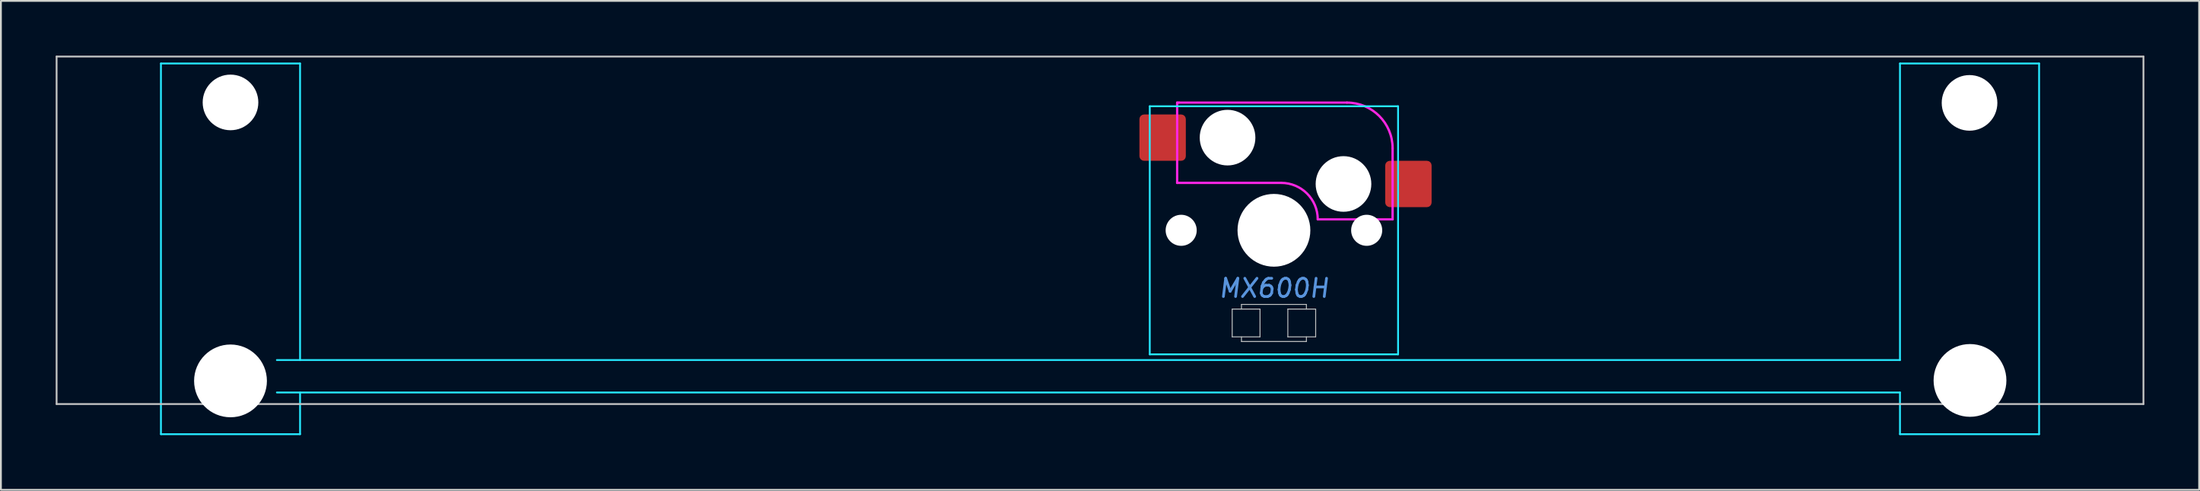
<source format=kicad_pcb>
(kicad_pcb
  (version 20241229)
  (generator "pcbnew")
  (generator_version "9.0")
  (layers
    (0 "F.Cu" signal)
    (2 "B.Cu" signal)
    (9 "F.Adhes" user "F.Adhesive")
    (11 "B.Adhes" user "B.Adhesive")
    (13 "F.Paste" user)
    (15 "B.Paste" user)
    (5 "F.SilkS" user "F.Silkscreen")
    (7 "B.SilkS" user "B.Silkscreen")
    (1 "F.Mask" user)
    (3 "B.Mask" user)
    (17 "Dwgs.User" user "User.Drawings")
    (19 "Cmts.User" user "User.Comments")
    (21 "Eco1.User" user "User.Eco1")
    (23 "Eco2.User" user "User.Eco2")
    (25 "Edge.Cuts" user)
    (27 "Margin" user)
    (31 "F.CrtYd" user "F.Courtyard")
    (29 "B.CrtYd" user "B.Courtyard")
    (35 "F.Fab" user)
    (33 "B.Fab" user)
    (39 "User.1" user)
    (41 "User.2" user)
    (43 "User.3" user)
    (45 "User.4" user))
  (footprint "MX600H"
    (layer "F.Cu")
    (at 66.725 9.575)
    (property "Reference" "MX600H" (at 0 3.175 0) (layer "Cmts.User") (effects (font (size 1 1) (thickness 0.15) (italic yes))))
    (attr smd)
    (fp_line (start -66.675 -9.525) (end -66.675 9.525) (stroke (width 0.1) (type solid)) (layer "Dwgs.User"))
    (fp_line (start -66.675 -9.525) (end 47.625 -9.525) (stroke (width 0.1) (type solid)) (layer "Dwgs.User"))
    (fp_line (start -66.675 9.525) (end 47.625 9.525) (stroke (width 0.1) (type solid)) (layer "Dwgs.User"))
    (fp_line (start -2.286 4.318) (end -0.762 4.318) (stroke (width 0.051) (type solid)) (layer "Dwgs.User"))
    (fp_line (start -2.286 5.842) (end -2.286 4.318) (stroke (width 0.051) (type solid)) (layer "Dwgs.User"))
    (fp_line (start -1.778 4.064) (end 1.778 4.064) (stroke (width 0.051) (type solid)) (layer "Dwgs.User"))
    (fp_line (start -1.778 4.318) (end -1.778 4.064) (stroke (width 0.051) (type solid)) (layer "Dwgs.User"))
    (fp_line (start -1.778 6.096) (end -1.778 5.842) (stroke (width 0.051) (type solid)) (layer "Dwgs.User"))
    (fp_line (start -0.762 4.318) (end -0.762 5.842) (stroke (width 0.051) (type solid)) (layer "Dwgs.User"))
    (fp_line (start -0.762 5.842) (end -2.286 5.842) (stroke (width 0.051) (type solid)) (layer "Dwgs.User"))
    (fp_line (start 0.762 4.318) (end 2.286 4.318) (stroke (width 0.051) (type solid)) (layer "Dwgs.User"))
    (fp_line (start 0.762 5.842) (end 0.762 4.318) (stroke (width 0.051) (type solid)) (layer "Dwgs.User"))
    (fp_line (start 1.778 4.064) (end 1.778 4.318) (stroke (width 0.051) (type solid)) (layer "Dwgs.User"))
    (fp_line (start 1.778 5.842) (end 1.778 6.096) (stroke (width 0.051) (type solid)) (layer "Dwgs.User"))
    (fp_line (start 1.778 6.096) (end -1.778 6.096) (stroke (width 0.051) (type solid)) (layer "Dwgs.User"))
    (fp_line (start 2.286 4.318) (end 2.286 5.842) (stroke (width 0.051) (type solid)) (layer "Dwgs.User"))
    (fp_line (start 2.286 5.842) (end 0.762 5.842) (stroke (width 0.051) (type solid)) (layer "Dwgs.User"))
    (fp_line (start 47.625 -9.525) (end 47.625 9.525) (stroke (width 0.1) (type solid)) (layer "Dwgs.User"))
    (fp_line (start -60.65 -5.485) (end -60.65 8.515) (stroke (width 0.1) (type solid)) (layer "Eco1.User"))
    (fp_line (start -60.15 -5.985) (end -54.15 -5.985) (stroke (width 0.1) (type solid)) (layer "Eco1.User"))
    (fp_line (start -54.15 9.015) (end -60.15 9.015) (stroke (width 0.1) (type solid)) (layer "Eco1.User"))
    (fp_line (start -53.65 8.515) (end -53.65 -5.485) (stroke (width 0.1) (type solid)) (layer "Eco1.User"))
    (fp_line (start -7 -6.5) (end -7 6.5) (stroke (width 0.1) (type solid)) (layer "Eco1.User"))
    (fp_line (start -6.5 7) (end 6.5 7) (stroke (width 0.1) (type solid)) (layer "Eco1.User"))
    (fp_line (start 6.5 -7) (end -6.5 -7) (stroke (width 0.1) (type solid)) (layer "Eco1.User"))
    (fp_line (start 7 6.5) (end 7 -6.5) (stroke (width 0.1) (type solid)) (layer "Eco1.User"))
    (fp_line (start 34.6 -5.485) (end 34.6 8.515) (stroke (width 0.1) (type solid)) (layer "Eco1.User"))
    (fp_line (start 35.1 -5.985) (end 41.1 -5.985) (stroke (width 0.1) (type solid)) (layer "Eco1.User"))
    (fp_line (start 41.1 9.015) (end 35.1 9.015) (stroke (width 0.1) (type solid)) (layer "Eco1.User"))
    (fp_line (start 41.6 8.515) (end 41.6 -5.485) (stroke (width 0.1) (type solid)) (layer "Eco1.User"))
    (fp_arc (start -60.65 -5.485) (mid -60.503553 -5.838553) (end -60.15 -5.985) (stroke (width 0.1) (type solid)) (layer "Eco1.User"))
    (fp_arc (start -60.15 9.015) (mid -60.503553 8.868553) (end -60.65 8.515) (stroke (width 0.1) (type solid)) (layer "Eco1.User"))
    (fp_arc (start -54.15 -5.985) (mid -53.796447 -5.838553) (end -53.65 -5.485) (stroke (width 0.1) (type solid)) (layer "Eco1.User"))
    (fp_arc (start -53.65 8.515) (mid -53.796447 8.868553) (end -54.15 9.015) (stroke (width 0.1) (type solid)) (layer "Eco1.User"))
    (fp_arc (start -7 -6.5) (mid -6.853553 -6.853553) (end -6.5 -7) (stroke (width 0.1) (type solid)) (layer "Eco1.User"))
    (fp_arc (start -6.5 7) (mid -6.853553 6.853553) (end -7 6.5) (stroke (width 0.1) (type solid)) (layer "Eco1.User"))
    (fp_arc (start 6.5 -7) (mid 6.853553 -6.853553) (end 7 -6.5) (stroke (width 0.1) (type solid)) (layer "Eco1.User"))
    (fp_arc (start 7 6.5) (mid 6.853553 6.853553) (end 6.5 7) (stroke (width 0.1) (type solid)) (layer "Eco1.User"))
    (fp_arc (start 34.6 -5.485) (mid 34.746447 -5.838553) (end 35.1 -5.985) (stroke (width 0.1) (type solid)) (layer "Eco1.User"))
    (fp_arc (start 35.1 9.015) (mid 34.746447 8.868553) (end 34.6 8.515) (stroke (width 0.1) (type solid)) (layer "Eco1.User"))
    (fp_arc (start 41.1 -5.985) (mid 41.453553 -5.838553) (end 41.6 -5.485) (stroke (width 0.1) (type solid)) (layer "Eco1.User"))
    (fp_arc (start 41.6 8.515) (mid 41.453553 8.868553) (end 41.1 9.015) (stroke (width 0.1) (type solid)) (layer "Eco1.User"))
    (fp_line (start -60.96 -9.144) (end -60.96 11.176) (stroke (width 0.1) (type solid)) (layer "B.CrtYd"))
    (fp_line (start -60.96 -9.144) (end -53.34 -9.144) (stroke (width 0.1) (type solid)) (layer "B.CrtYd"))
    (fp_line (start -60.96 11.176) (end -53.34 11.176) (stroke (width 0.1) (type solid)) (layer "B.CrtYd"))
    (fp_line (start -54.61 7.112) (end 34.29 7.112) (stroke (width 0.1) (type solid)) (layer "B.CrtYd"))
    (fp_line (start -54.61 8.89) (end 34.29 8.89) (stroke (width 0.1) (type solid)) (layer "B.CrtYd"))
    (fp_line (start -53.34 7.112) (end -53.34 -9.144) (stroke (width 0.1) (type solid)) (layer "B.CrtYd"))
    (fp_line (start -53.34 8.89) (end -53.34 11.176) (stroke (width 0.1) (type solid)) (layer "B.CrtYd"))
    (fp_line (start -6.8 -6.8) (end -6.8 6.8) (stroke (width 0.1) (type solid)) (layer "B.CrtYd"))
    (fp_line (start 6.8 -6.8) (end -6.8 -6.8) (stroke (width 0.1) (type solid)) (layer "B.CrtYd"))
    (fp_line (start 6.8 -6.8) (end 6.8 6.8) (stroke (width 0.1) (type solid)) (layer "B.CrtYd"))
    (fp_line (start 6.8 6.8) (end -6.8 6.8) (stroke (width 0.1) (type solid)) (layer "B.CrtYd"))
    (fp_line (start 34.29 7.112) (end 34.29 -9.144) (stroke (width 0.1) (type solid)) (layer "B.CrtYd"))
    (fp_line (start 34.29 8.89) (end 34.29 11.176) (stroke (width 0.1) (type solid)) (layer "B.CrtYd"))
    (fp_line (start 41.91 -9.144) (end 34.29 -9.144) (stroke (width 0.1) (type solid)) (layer "B.CrtYd"))
    (fp_line (start 41.91 -9.144) (end 41.91 11.176) (stroke (width 0.1) (type solid)) (layer "B.CrtYd"))
    (fp_line (start 41.91 11.176) (end 34.29 11.176) (stroke (width 0.1) (type solid)) (layer "B.CrtYd"))
    (fp_line (start -5.3 -7) (end -5.3 -2.6) (stroke (width 0.127) (type solid)) (layer "F.CrtYd"))
    (fp_line (start -5.2 -7) (end -5.3 -7) (stroke (width 0.12) (type solid)) (layer "F.CrtYd"))
    (fp_line (start 0.4 -2.6) (end -5.3 -2.6) (stroke (width 0.127) (type solid)) (layer "F.CrtYd"))
    (fp_line (start 4 -7) (end -5.2 -7) (stroke (width 0.12) (type solid)) (layer "F.CrtYd"))
    (fp_line (start 6.5 -4.5) (end 6.5 -0.6) (stroke (width 0.127) (type solid)) (layer "F.CrtYd"))
    (fp_line (start 6.5 -0.6) (end 2.4 -0.6) (stroke (width 0.12) (type solid)) (layer "F.CrtYd"))
    (fp_arc (start 0.4 -2.6) (mid 1.814214 -2.014214) (end 2.4 -0.6) (stroke (width 0.127) (type solid)) (layer "F.CrtYd"))
    (fp_arc (start 4 -7) (mid 5.767767 -6.267767) (end 6.5 -4.5) (stroke (width 0.127) (type solid)) (layer "F.CrtYd"))
    (pad "" np_thru_hole circle (at -57.15 -7.01) (size 3.048 3.048) (drill 3.048) (layers "*.Cu" "*.Mask"))
    (pad "" np_thru_hole circle (at -57.15 8.255) (size 3.988 3.988) (drill 3.988) (layers "*.Cu" "*.Mask"))
    (pad "" np_thru_hole circle (at -5.08 0) (size 1.702 1.702) (drill 1.702) (layers "*.Cu" "*.Mask"))
    (pad "" np_thru_hole circle (at -2.54 -5.08) (size 3.048 3.048) (drill 3.048) (layers "*.Cu" "*.Mask"))
    (pad "" np_thru_hole circle (at 0 0) (size 3.988 3.988) (drill 3.988) (layers "*.Cu" "*.Mask"))
    (pad "" np_thru_hole circle (at 3.81 -2.54) (size 3.048 3.048) (drill 3.048) (layers "*.Cu" "*.Mask"))
    (pad "" np_thru_hole circle (at 5.08 0) (size 1.702 1.702) (drill 1.702) (layers "*.Cu" "*.Mask"))
    (pad "" np_thru_hole circle (at 38.1 -6.985) (size 3.048 3.048) (drill 3.048) (layers "*.Cu" "*.Mask"))
    (pad "" np_thru_hole circle (at 38.125 8.23) (size 3.988 3.988) (drill 3.988) (layers "*.Cu" "*.Mask"))
    (pad "1" smd roundrect (at -6.096 -5.08) (size 2.54 2.54) (layers "F.Cu" "F.Mask") (roundrect_rratio 0.1))
    (pad "2" smd roundrect (at 7.366 -2.54) (size 2.54 2.54) (layers "F.Cu" "F.Mask") (roundrect_rratio 0.1)))
  (gr_rect
    (start -3 -3)
    (end 117.4 23.801)
    (stroke (width 0.1) (type default))
    (fill no)
    (layer "Edge.Cuts")))
</source>
